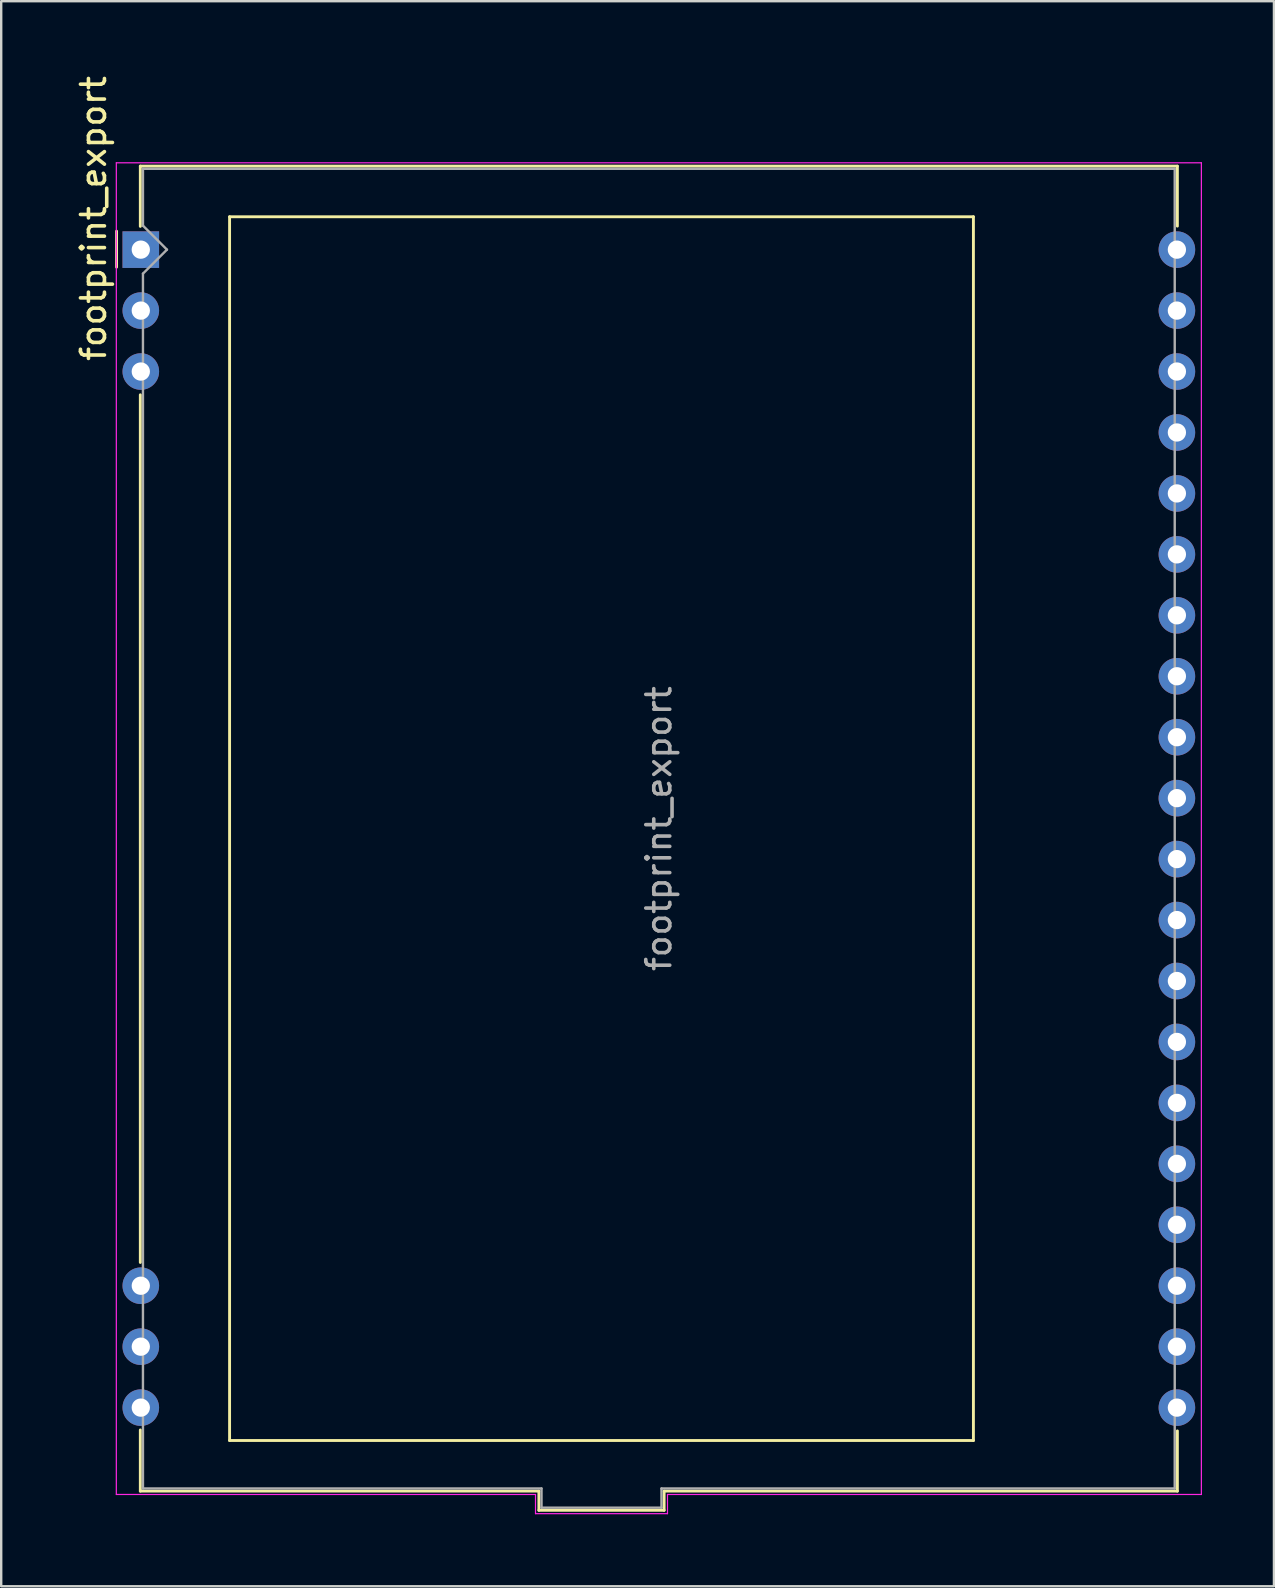
<source format=kicad_pcb>
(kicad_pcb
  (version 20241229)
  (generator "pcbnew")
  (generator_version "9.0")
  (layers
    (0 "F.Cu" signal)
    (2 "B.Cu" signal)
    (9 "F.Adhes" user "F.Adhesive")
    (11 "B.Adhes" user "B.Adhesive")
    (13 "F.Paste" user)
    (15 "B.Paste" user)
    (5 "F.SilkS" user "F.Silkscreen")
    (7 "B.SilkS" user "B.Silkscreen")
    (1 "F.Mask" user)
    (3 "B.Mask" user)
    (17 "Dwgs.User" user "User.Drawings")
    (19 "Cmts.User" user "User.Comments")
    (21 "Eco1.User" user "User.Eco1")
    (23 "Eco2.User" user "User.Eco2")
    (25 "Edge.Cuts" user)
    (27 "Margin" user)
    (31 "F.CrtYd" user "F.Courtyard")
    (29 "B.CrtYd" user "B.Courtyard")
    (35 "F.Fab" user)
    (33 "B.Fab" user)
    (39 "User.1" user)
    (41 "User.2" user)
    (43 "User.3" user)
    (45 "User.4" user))
  (footprint "footprint_export"
    (layer "F.Cu")
    (at 2.818 7.354)
    (property "Reference" "footprint_export" (at -1.97 -1.3 270) (layer "F.SilkS") (effects (font (size 1 1) (thickness 0.15))))
    (attr through_hole)
    (fp_line (start -1.01 -0.77) (end -1.01 0.73) (stroke (width 0.12) (type solid)) (layer "F.SilkS"))
    (fp_line (start -0.02 -3.48) (end 43.2 -3.48) (stroke (width 0.12) (type solid)) (layer "F.SilkS"))
    (fp_line (start -0.02 -0.97) (end -0.02 -3.48) (stroke (width 0.12) (type solid)) (layer "F.SilkS"))
    (fp_line (start -0.02 6.05) (end -0.02 42.21) (stroke (width 0.12) (type solid)) (layer "F.SilkS"))
    (fp_line (start -0.02 51.74) (end -0.02 49.19) (stroke (width 0.12) (type solid)) (layer "F.SilkS"))
    (fp_line (start 3.7 -1.37) (end 3.7 49.63) (stroke (width 0.12) (type solid)) (layer "F.SilkS"))
    (fp_line (start 3.7 49.63) (end 34.7 49.63) (stroke (width 0.12) (type solid)) (layer "F.SilkS"))
    (fp_line (start 16.59 51.74) (end -0.02 51.74) (stroke (width 0.12) (type solid)) (layer "F.SilkS"))
    (fp_line (start 16.59 52.54) (end 16.59 51.74) (stroke (width 0.12) (type solid)) (layer "F.SilkS"))
    (fp_line (start 21.81 51.74) (end 21.81 52.54) (stroke (width 0.12) (type solid)) (layer "F.SilkS"))
    (fp_line (start 21.81 52.54) (end 16.59 52.54) (stroke (width 0.12) (type solid)) (layer "F.SilkS"))
    (fp_line (start 34.7 -1.37) (end 3.7 -1.37) (stroke (width 0.12) (type solid)) (layer "F.SilkS"))
    (fp_line (start 34.7 49.63) (end 34.7 -1.37) (stroke (width 0.12) (type solid)) (layer "F.SilkS"))
    (fp_line (start 43.2 -3.48) (end 43.2 -0.98) (stroke (width 0.12) (type solid)) (layer "F.SilkS"))
    (fp_line (start 43.2 49.23) (end 43.2 51.74) (stroke (width 0.12) (type solid)) (layer "F.SilkS"))
    (fp_line (start 43.2 51.74) (end 21.81 51.74) (stroke (width 0.12) (type solid)) (layer "F.SilkS"))
    (fp_line (start -1.02 -3.62) (end 44.2 -3.62) (stroke (width 0.05) (type solid)) (layer "F.CrtYd"))
    (fp_line (start -1.02 51.88) (end -1.02 -3.62) (stroke (width 0.05) (type solid)) (layer "F.CrtYd"))
    (fp_line (start -1.02 51.88) (end 16.45 51.88) (stroke (width 0.05) (type solid)) (layer "F.CrtYd"))
    (fp_line (start 16.45 51.88) (end 16.45 52.68) (stroke (width 0.05) (type solid)) (layer "F.CrtYd"))
    (fp_line (start 16.45 52.68) (end 21.95 52.68) (stroke (width 0.05) (type solid)) (layer "F.CrtYd"))
    (fp_line (start 21.95 51.88) (end 44.2 51.88) (stroke (width 0.05) (type solid)) (layer "F.CrtYd"))
    (fp_line (start 21.95 52.68) (end 21.95 51.88) (stroke (width 0.05) (type solid)) (layer "F.CrtYd"))
    (fp_line (start 44.2 -3.62) (end 44.2 51.88) (stroke (width 0.05) (type solid)) (layer "F.CrtYd"))
    (fp_line (start 0.09 -1) (end 0.09 -3.37) (stroke (width 0.1) (type solid)) (layer "F.Fab"))
    (fp_line (start 0.09 -1) (end 1.09 0) (stroke (width 0.1) (type solid)) (layer "F.Fab"))
    (fp_line (start 0.09 1) (end 0.09 51.63) (stroke (width 0.1) (type solid)) (layer "F.Fab"))
    (fp_line (start 0.09 51.63) (end 16.7 51.63) (stroke (width 0.1) (type solid)) (layer "F.Fab"))
    (fp_line (start 1.09 0) (end 0.09 1) (stroke (width 0.1) (type solid)) (layer "F.Fab"))
    (fp_line (start 16.7 51.63) (end 16.7 52.43) (stroke (width 0.1) (type solid)) (layer "F.Fab"))
    (fp_line (start 16.7 52.43) (end 21.7 52.43) (stroke (width 0.1) (type solid)) (layer "F.Fab"))
    (fp_line (start 21.7 51.63) (end 43.09 51.63) (stroke (width 0.1) (type solid)) (layer "F.Fab"))
    (fp_line (start 21.7 52.43) (end 21.7 51.63) (stroke (width 0.1) (type solid)) (layer "F.Fab"))
    (fp_line (start 43.09 -3.37) (end 0.09 -3.37) (stroke (width 0.1) (type solid)) (layer "F.Fab"))
    (fp_line (start 43.09 51.63) (end 43.09 -3.37) (stroke (width 0.1) (type solid)) (layer "F.Fab"))
    (fp_text user "${REFERENCE}" (at 21.59 24.13 270) (layer "F.Fab") (effects (font (size 1 1) (thickness 0.15))))
    (pad "1" thru_hole rect (at 0 0 270) (size 1.524 1.524) (drill 0.762) (layers "*.Cu" "*.Mask"))
    (pad "2" thru_hole circle (at 0 2.54 270) (size 1.524 1.524) (drill 0.762) (layers "*.Cu" "*.Mask"))
    (pad "3" thru_hole circle (at 0 5.08 270) (size 1.524 1.524) (drill 0.762) (layers "*.Cu" "*.Mask"))
    (pad "18" thru_hole circle (at 0 43.18 270) (size 1.524 1.524) (drill 0.762) (layers "*.Cu" "*.Mask"))
    (pad "19" thru_hole circle (at 0 45.72 270) (size 1.524 1.524) (drill 0.762) (layers "*.Cu" "*.Mask"))
    (pad "20" thru_hole circle (at 0 48.26 270) (size 1.524 1.524) (drill 0.762) (layers "*.Cu" "*.Mask"))
    (pad "21" thru_hole circle (at 43.18 48.26 270) (size 1.524 1.524) (drill 0.762) (layers "*.Cu" "*.Mask"))
    (pad "22" thru_hole circle (at 43.18 45.72 270) (size 1.524 1.524) (drill 0.762) (layers "*.Cu" "*.Mask"))
    (pad "23" thru_hole circle (at 43.18 43.18 270) (size 1.524 1.524) (drill 0.762) (layers "*.Cu" "*.Mask"))
    (pad "24" thru_hole circle (at 43.18 40.64 270) (size 1.524 1.524) (drill 0.762) (layers "*.Cu" "*.Mask"))
    (pad "25" thru_hole circle (at 43.18 38.1 270) (size 1.524 1.524) (drill 0.762) (layers "*.Cu" "*.Mask"))
    (pad "26" thru_hole circle (at 43.18 35.56 270) (size 1.524 1.524) (drill 0.762) (layers "*.Cu" "*.Mask"))
    (pad "27" thru_hole circle (at 43.18 33.02 270) (size 1.524 1.524) (drill 0.762) (layers "*.Cu" "*.Mask"))
    (pad "28" thru_hole circle (at 43.18 30.48 270) (size 1.524 1.524) (drill 0.762) (layers "*.Cu" "*.Mask"))
    (pad "29" thru_hole circle (at 43.18 27.94 270) (size 1.524 1.524) (drill 0.762) (layers "*.Cu" "*.Mask"))
    (pad "30" thru_hole circle (at 43.18 25.4 270) (size 1.524 1.524) (drill 0.762) (layers "*.Cu" "*.Mask"))
    (pad "31" thru_hole circle (at 43.18 22.86 270) (size 1.524 1.524) (drill 0.762) (layers "*.Cu" "*.Mask"))
    (pad "32" thru_hole circle (at 43.18 20.32 270) (size 1.524 1.524) (drill 0.762) (layers "*.Cu" "*.Mask"))
    (pad "33" thru_hole circle (at 43.18 17.78 270) (size 1.524 1.524) (drill 0.762) (layers "*.Cu" "*.Mask"))
    (pad "34" thru_hole circle (at 43.18 15.24 270) (size 1.524 1.524) (drill 0.762) (layers "*.Cu" "*.Mask"))
    (pad "35" thru_hole circle (at 43.18 12.7 270) (size 1.524 1.524) (drill 0.762) (layers "*.Cu" "*.Mask"))
    (pad "36" thru_hole circle (at 43.18 10.16 270) (size 1.524 1.524) (drill 0.762) (layers "*.Cu" "*.Mask"))
    (pad "37" thru_hole circle (at 43.18 7.62 270) (size 1.524 1.524) (drill 0.762) (layers "*.Cu" "*.Mask"))
    (pad "38" thru_hole circle (at 43.18 5.08 270) (size 1.524 1.524) (drill 0.762) (layers "*.Cu" "*.Mask"))
    (pad "39" thru_hole circle (at 43.18 2.54 270) (size 1.524 1.524) (drill 0.762) (layers "*.Cu" "*.Mask"))
    (pad "40" thru_hole circle (at 43.18 0 270) (size 1.524 1.524) (drill 0.762) (layers "*.Cu" "*.Mask")))
  (gr_rect
    (start -3 -3)
    (end 50.043 63.059)
    (stroke (width 0.1) (type default))
    (fill no)
    (layer "Edge.Cuts")))
</source>
